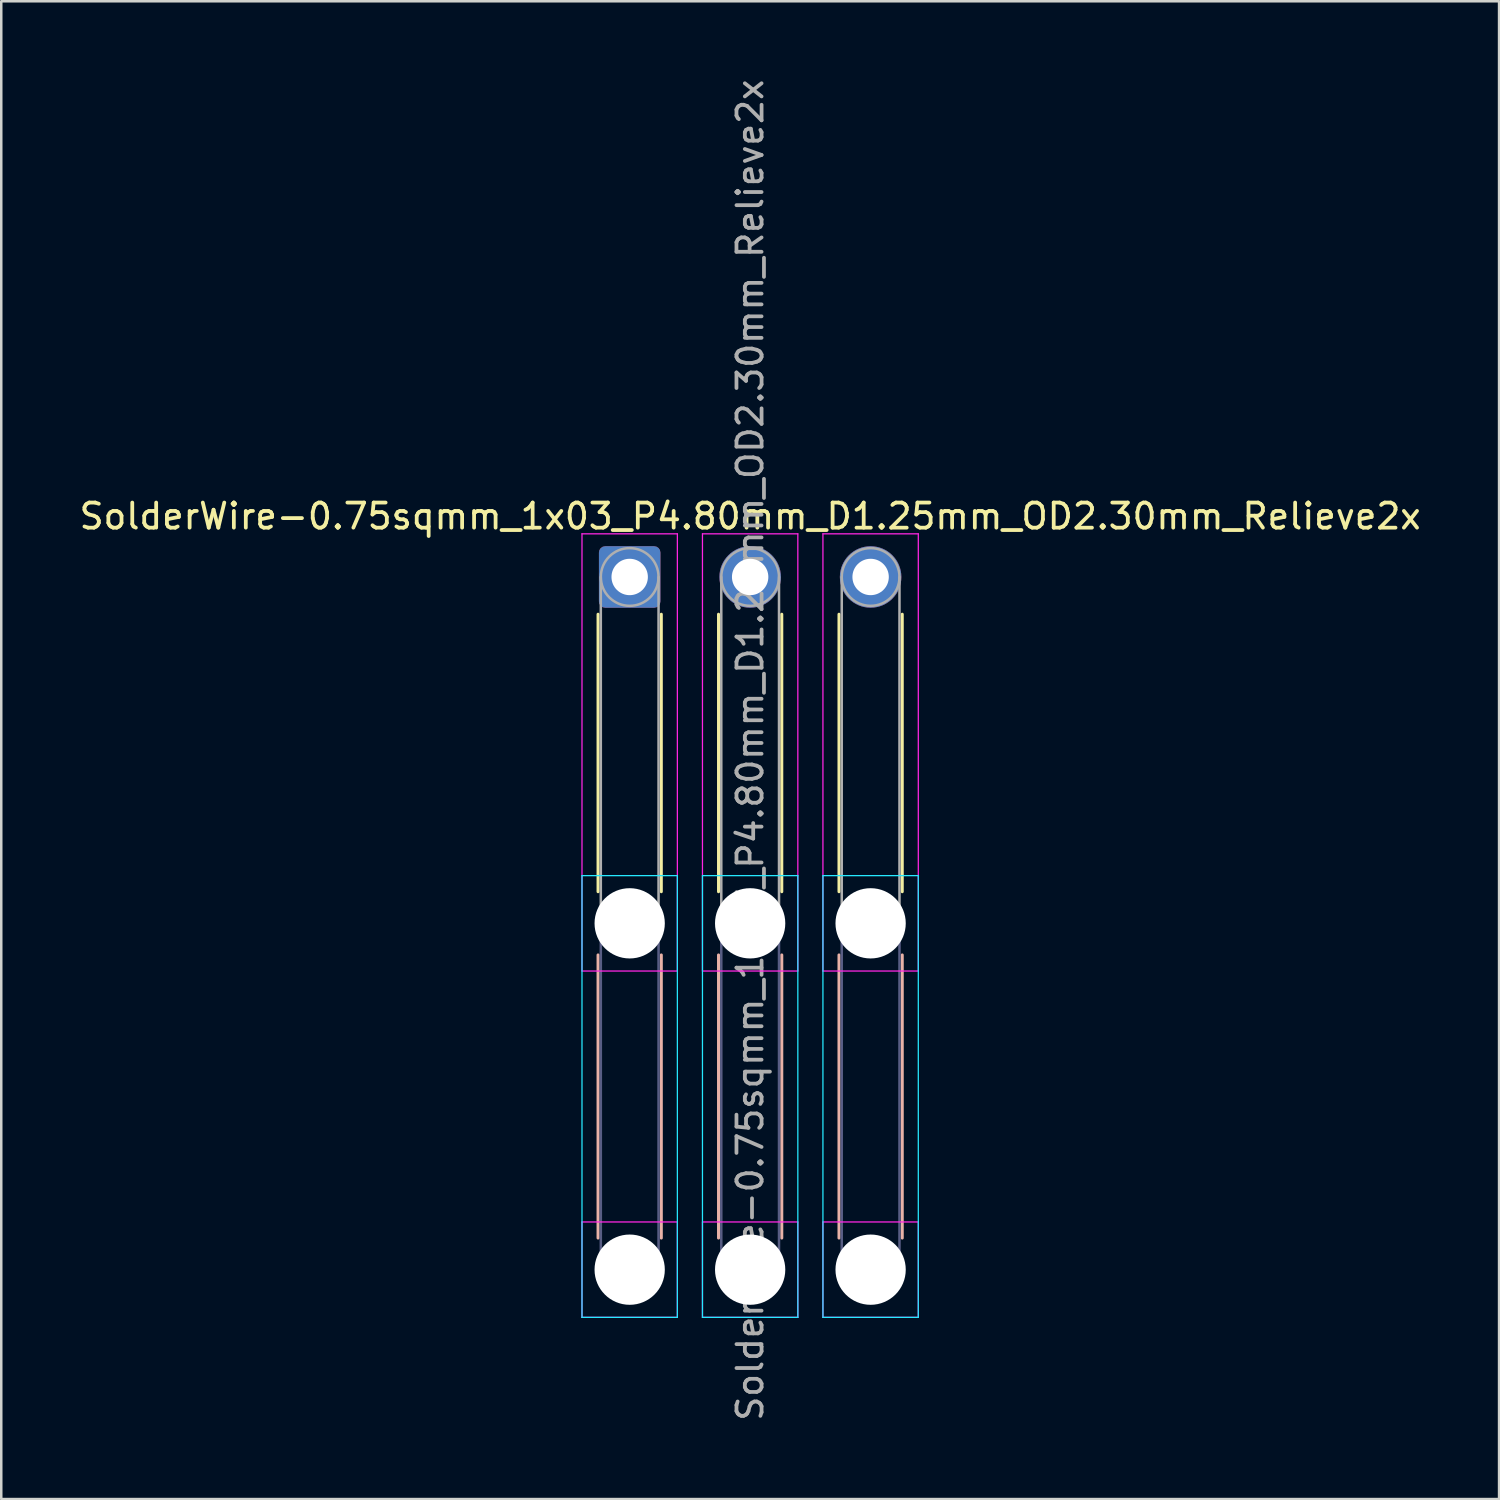
<source format=kicad_pcb>
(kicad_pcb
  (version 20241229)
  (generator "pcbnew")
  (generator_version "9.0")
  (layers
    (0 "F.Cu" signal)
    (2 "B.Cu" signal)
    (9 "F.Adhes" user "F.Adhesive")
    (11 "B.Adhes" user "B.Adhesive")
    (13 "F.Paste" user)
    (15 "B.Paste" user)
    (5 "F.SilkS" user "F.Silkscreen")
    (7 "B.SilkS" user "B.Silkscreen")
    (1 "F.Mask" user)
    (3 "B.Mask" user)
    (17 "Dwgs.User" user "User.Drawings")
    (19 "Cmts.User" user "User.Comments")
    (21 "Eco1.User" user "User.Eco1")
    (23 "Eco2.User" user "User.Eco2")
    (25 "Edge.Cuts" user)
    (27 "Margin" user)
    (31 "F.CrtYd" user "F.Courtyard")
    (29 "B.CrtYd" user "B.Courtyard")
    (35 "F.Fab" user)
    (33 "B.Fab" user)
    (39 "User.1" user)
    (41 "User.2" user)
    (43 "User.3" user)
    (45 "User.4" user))
  (footprint "SolderWire-0.75sqmm_1x03_P4.80mm_D1.25mm_OD2.30mm_Relieve2x"
    (layer "F.Cu")
    (at 22.039 19.939)
    (property "Reference" "SolderWire-0.75sqmm_1x03_P4.80mm_D1.25mm_OD2.30mm_Relieve2x" (at 4.8 -2.42 0) (layer "F.SilkS") (effects (font (size 1 1) (thickness 0.15))))
    (attr exclude_from_pos_files exclude_from_bom)
    (fp_line (start -1.26 1.485) (end -1.26 12.54) (stroke (width 0.12) (type solid)) (layer "F.SilkS"))
    (fp_line (start 1.26 1.485) (end 1.26 12.54) (stroke (width 0.12) (type solid)) (layer "F.SilkS"))
    (fp_line (start 3.54 1.485) (end 3.54 12.54) (stroke (width 0.12) (type solid)) (layer "F.SilkS"))
    (fp_line (start 6.06 1.485) (end 6.06 12.54) (stroke (width 0.12) (type solid)) (layer "F.SilkS"))
    (fp_line (start 8.34 1.485) (end 8.34 12.54) (stroke (width 0.12) (type solid)) (layer "F.SilkS"))
    (fp_line (start 10.86 1.485) (end 10.86 12.54) (stroke (width 0.12) (type solid)) (layer "F.SilkS"))
    (fp_line (start -1.26 15.06) (end -1.26 26.34) (stroke (width 0.12) (type solid)) (layer "B.SilkS"))
    (fp_line (start 1.26 15.06) (end 1.26 26.34) (stroke (width 0.12) (type solid)) (layer "B.SilkS"))
    (fp_line (start 3.54 15.06) (end 3.54 26.34) (stroke (width 0.12) (type solid)) (layer "B.SilkS"))
    (fp_line (start 6.06 15.06) (end 6.06 26.34) (stroke (width 0.12) (type solid)) (layer "B.SilkS"))
    (fp_line (start 8.34 15.06) (end 8.34 26.34) (stroke (width 0.12) (type solid)) (layer "B.SilkS"))
    (fp_line (start 10.86 15.06) (end 10.86 26.34) (stroke (width 0.12) (type solid)) (layer "B.SilkS"))
    (fp_line (start -1.9 11.9) (end -1.9 29.5) (stroke (width 0.05) (type solid)) (layer "B.CrtYd"))
    (fp_line (start -1.9 29.5) (end 1.9 29.5) (stroke (width 0.05) (type solid)) (layer "B.CrtYd"))
    (fp_line (start 1.9 11.9) (end -1.9 11.9) (stroke (width 0.05) (type solid)) (layer "B.CrtYd"))
    (fp_line (start 1.9 29.5) (end 1.9 11.9) (stroke (width 0.05) (type solid)) (layer "B.CrtYd"))
    (fp_line (start 2.9 11.9) (end 2.9 29.5) (stroke (width 0.05) (type solid)) (layer "B.CrtYd"))
    (fp_line (start 2.9 29.5) (end 6.7 29.5) (stroke (width 0.05) (type solid)) (layer "B.CrtYd"))
    (fp_line (start 6.7 11.9) (end 2.9 11.9) (stroke (width 0.05) (type solid)) (layer "B.CrtYd"))
    (fp_line (start 6.7 29.5) (end 6.7 11.9) (stroke (width 0.05) (type solid)) (layer "B.CrtYd"))
    (fp_line (start 7.7 11.9) (end 7.7 29.5) (stroke (width 0.05) (type solid)) (layer "B.CrtYd"))
    (fp_line (start 7.7 29.5) (end 11.5 29.5) (stroke (width 0.05) (type solid)) (layer "B.CrtYd"))
    (fp_line (start 11.5 11.9) (end 7.7 11.9) (stroke (width 0.05) (type solid)) (layer "B.CrtYd"))
    (fp_line (start 11.5 29.5) (end 11.5 11.9) (stroke (width 0.05) (type solid)) (layer "B.CrtYd"))
    (fp_line (start -1.9 -1.72) (end -1.9 15.7) (stroke (width 0.05) (type solid)) (layer "F.CrtYd"))
    (fp_line (start -1.9 15.7) (end 1.9 15.7) (stroke (width 0.05) (type solid)) (layer "F.CrtYd"))
    (fp_line (start -1.9 25.7) (end -1.9 29.5) (stroke (width 0.05) (type solid)) (layer "F.CrtYd"))
    (fp_line (start -1.9 29.5) (end 1.9 29.5) (stroke (width 0.05) (type solid)) (layer "F.CrtYd"))
    (fp_line (start 1.9 -1.72) (end -1.9 -1.72) (stroke (width 0.05) (type solid)) (layer "F.CrtYd"))
    (fp_line (start 1.9 15.7) (end 1.9 -1.72) (stroke (width 0.05) (type solid)) (layer "F.CrtYd"))
    (fp_line (start 1.9 25.7) (end -1.9 25.7) (stroke (width 0.05) (type solid)) (layer "F.CrtYd"))
    (fp_line (start 1.9 29.5) (end 1.9 25.7) (stroke (width 0.05) (type solid)) (layer "F.CrtYd"))
    (fp_line (start 2.9 -1.72) (end 2.9 15.7) (stroke (width 0.05) (type solid)) (layer "F.CrtYd"))
    (fp_line (start 2.9 15.7) (end 6.7 15.7) (stroke (width 0.05) (type solid)) (layer "F.CrtYd"))
    (fp_line (start 2.9 25.7) (end 2.9 29.5) (stroke (width 0.05) (type solid)) (layer "F.CrtYd"))
    (fp_line (start 2.9 29.5) (end 6.7 29.5) (stroke (width 0.05) (type solid)) (layer "F.CrtYd"))
    (fp_line (start 6.7 -1.72) (end 2.9 -1.72) (stroke (width 0.05) (type solid)) (layer "F.CrtYd"))
    (fp_line (start 6.7 15.7) (end 6.7 -1.72) (stroke (width 0.05) (type solid)) (layer "F.CrtYd"))
    (fp_line (start 6.7 25.7) (end 2.9 25.7) (stroke (width 0.05) (type solid)) (layer "F.CrtYd"))
    (fp_line (start 6.7 29.5) (end 6.7 25.7) (stroke (width 0.05) (type solid)) (layer "F.CrtYd"))
    (fp_line (start 7.7 -1.72) (end 7.7 15.7) (stroke (width 0.05) (type solid)) (layer "F.CrtYd"))
    (fp_line (start 7.7 15.7) (end 11.5 15.7) (stroke (width 0.05) (type solid)) (layer "F.CrtYd"))
    (fp_line (start 7.7 25.7) (end 7.7 29.5) (stroke (width 0.05) (type solid)) (layer "F.CrtYd"))
    (fp_line (start 7.7 29.5) (end 11.5 29.5) (stroke (width 0.05) (type solid)) (layer "F.CrtYd"))
    (fp_line (start 11.5 -1.72) (end 7.7 -1.72) (stroke (width 0.05) (type solid)) (layer "F.CrtYd"))
    (fp_line (start 11.5 15.7) (end 11.5 -1.72) (stroke (width 0.05) (type solid)) (layer "F.CrtYd"))
    (fp_line (start 11.5 25.7) (end 7.7 25.7) (stroke (width 0.05) (type solid)) (layer "F.CrtYd"))
    (fp_line (start 11.5 29.5) (end 11.5 25.7) (stroke (width 0.05) (type solid)) (layer "F.CrtYd"))
    (fp_line (start -1.15 13.8) (end -1.15 27.6) (stroke (width 0.1) (type solid)) (layer "B.Fab"))
    (fp_line (start 1.15 13.8) (end 1.15 27.6) (stroke (width 0.1) (type solid)) (layer "B.Fab"))
    (fp_line (start 3.65 13.8) (end 3.65 27.6) (stroke (width 0.1) (type solid)) (layer "B.Fab"))
    (fp_line (start 5.95 13.8) (end 5.95 27.6) (stroke (width 0.1) (type solid)) (layer "B.Fab"))
    (fp_line (start 8.45 13.8) (end 8.45 27.6) (stroke (width 0.1) (type solid)) (layer "B.Fab"))
    (fp_line (start 10.75 13.8) (end 10.75 27.6) (stroke (width 0.1) (type solid)) (layer "B.Fab"))
    (fp_circle (center 0 13.8) (end 1.15 13.8) (stroke (width 0.1) (type solid)) (fill no) (layer "B.Fab"))
    (fp_circle (center 0 27.6) (end 1.15 27.6) (stroke (width 0.1) (type solid)) (fill no) (layer "B.Fab"))
    (fp_circle (center 4.8 13.8) (end 5.95 13.8) (stroke (width 0.1) (type solid)) (fill no) (layer "B.Fab"))
    (fp_circle (center 4.8 27.6) (end 5.95 27.6) (stroke (width 0.1) (type solid)) (fill no) (layer "B.Fab"))
    (fp_circle (center 9.6 13.8) (end 10.75 13.8) (stroke (width 0.1) (type solid)) (fill no) (layer "B.Fab"))
    (fp_circle (center 9.6 27.6) (end 10.75 27.6) (stroke (width 0.1) (type solid)) (fill no) (layer "B.Fab"))
    (fp_line (start -1.15 0) (end -1.15 13.8) (stroke (width 0.1) (type solid)) (layer "F.Fab"))
    (fp_line (start 1.15 0) (end 1.15 13.8) (stroke (width 0.1) (type solid)) (layer "F.Fab"))
    (fp_line (start 3.65 0) (end 3.65 13.8) (stroke (width 0.1) (type solid)) (layer "F.Fab"))
    (fp_line (start 5.95 0) (end 5.95 13.8) (stroke (width 0.1) (type solid)) (layer "F.Fab"))
    (fp_line (start 8.45 0) (end 8.45 13.8) (stroke (width 0.1) (type solid)) (layer "F.Fab"))
    (fp_line (start 10.75 0) (end 10.75 13.8) (stroke (width 0.1) (type solid)) (layer "F.Fab"))
    (fp_circle (center 0 0) (end 1.15 0) (stroke (width 0.1) (type solid)) (fill no) (layer "F.Fab"))
    (fp_circle (center 0 13.8) (end 1.15 13.8) (stroke (width 0.1) (type solid)) (fill no) (layer "F.Fab"))
    (fp_circle (center 0 27.6) (end 1.15 27.6) (stroke (width 0.1) (type solid)) (fill no) (layer "F.Fab"))
    (fp_circle (center 4.8 0) (end 5.95 0) (stroke (width 0.1) (type solid)) (fill no) (layer "F.Fab"))
    (fp_circle (center 4.8 13.8) (end 5.95 13.8) (stroke (width 0.1) (type solid)) (fill no) (layer "F.Fab"))
    (fp_circle (center 4.8 27.6) (end 5.95 27.6) (stroke (width 0.1) (type solid)) (fill no) (layer "F.Fab"))
    (fp_circle (center 9.6 0) (end 10.75 0) (stroke (width 0.1) (type solid)) (fill no) (layer "F.Fab"))
    (fp_circle (center 9.6 13.8) (end 10.75 13.8) (stroke (width 0.1) (type solid)) (fill no) (layer "F.Fab"))
    (fp_circle (center 9.6 27.6) (end 10.75 27.6) (stroke (width 0.1) (type solid)) (fill no) (layer "F.Fab"))
    (fp_text user "${REFERENCE}" (at 4.8 6.9 90) (layer "F.Fab") (effects (font (size 1 1) (thickness 0.15))))
    (pad "" np_thru_hole circle (at 0 13.8) (size 2.8 2.8) (drill 2.8) (layers "*.Cu" "*.Mask"))
    (pad "" np_thru_hole circle (at 0 27.6) (size 2.8 2.8) (drill 2.8) (layers "*.Cu" "*.Mask"))
    (pad "" np_thru_hole circle (at 4.8 13.8) (size 2.8 2.8) (drill 2.8) (layers "*.Cu" "*.Mask"))
    (pad "" np_thru_hole circle (at 4.8 27.6) (size 2.8 2.8) (drill 2.8) (layers "*.Cu" "*.Mask"))
    (pad "" np_thru_hole circle (at 9.6 13.8) (size 2.8 2.8) (drill 2.8) (layers "*.Cu" "*.Mask"))
    (pad "" np_thru_hole circle (at 9.6 27.6) (size 2.8 2.8) (drill 2.8) (layers "*.Cu" "*.Mask"))
    (pad "1" thru_hole roundrect (at 0 0) (size 2.45 2.45) (drill 1.45) (layers "*.Cu" "*.Mask") (roundrect_rratio 0.102))
    (pad "2" thru_hole circle (at 4.8 0) (size 2.45 2.45) (drill 1.45) (layers "*.Cu" "*.Mask"))
    (pad "3" thru_hole circle (at 9.6 0) (size 2.45 2.45) (drill 1.45) (layers "*.Cu" "*.Mask")))
  (gr_rect
    (start -3 -3)
    (end 56.679 56.679)
    (stroke (width 0.1) (type default))
    (fill no)
    (layer "Edge.Cuts")))
</source>
